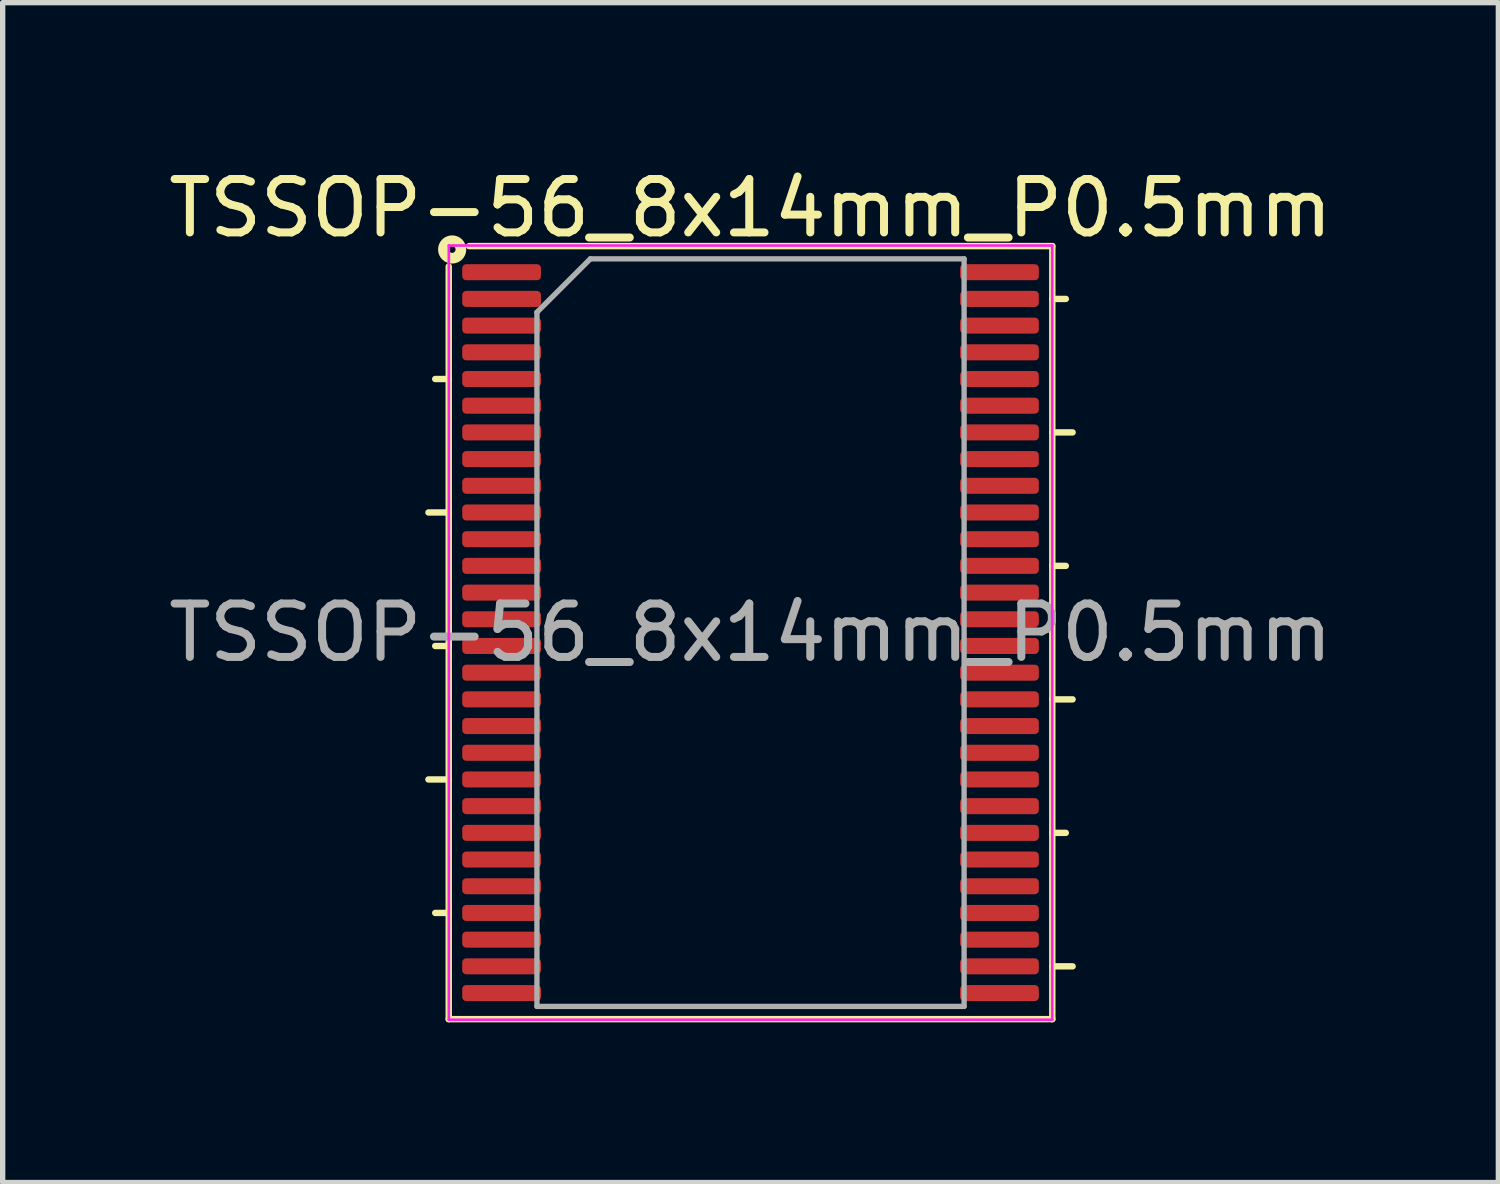
<source format=kicad_pcb>
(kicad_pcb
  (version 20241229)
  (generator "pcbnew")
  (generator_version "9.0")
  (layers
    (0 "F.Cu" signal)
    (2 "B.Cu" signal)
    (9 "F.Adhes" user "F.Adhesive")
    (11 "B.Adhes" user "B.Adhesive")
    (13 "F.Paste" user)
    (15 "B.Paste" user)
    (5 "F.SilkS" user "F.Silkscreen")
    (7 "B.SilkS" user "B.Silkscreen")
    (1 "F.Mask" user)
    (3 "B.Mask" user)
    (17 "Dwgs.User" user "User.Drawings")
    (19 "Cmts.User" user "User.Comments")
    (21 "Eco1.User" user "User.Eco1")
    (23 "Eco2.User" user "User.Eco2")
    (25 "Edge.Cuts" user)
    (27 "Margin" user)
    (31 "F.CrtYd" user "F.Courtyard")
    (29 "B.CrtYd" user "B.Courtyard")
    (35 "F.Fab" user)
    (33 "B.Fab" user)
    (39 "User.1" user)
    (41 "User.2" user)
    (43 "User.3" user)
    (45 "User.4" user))
  (footprint "TSSOP-56_8x14mm_P0.5mm"
    (layer "F.Cu")
    (at 11.006 8.798)
    (property "Reference" "TSSOP-56_8x14mm_P0.5mm" (at 0 -7.95 0) (layer "F.SilkS") (effects (font (size 1 1) (thickness 0.15))))
    (attr smd)
    (fp_line (start -6.032 -2.25) (end -5.652 -2.25) (stroke (width 0.12) (type solid)) (layer "F.SilkS"))
    (fp_line (start -6.032 2.75) (end -5.652 2.75) (stroke (width 0.12) (type solid)) (layer "F.SilkS"))
    (fp_line (start -5.905 -4.75) (end -5.652 -4.75) (stroke (width 0.12) (type solid)) (layer "F.SilkS"))
    (fp_line (start -5.905 0.25) (end -5.652 0.25) (stroke (width 0.12) (type solid)) (layer "F.SilkS"))
    (fp_line (start -5.905 5.25) (end -5.652 5.25) (stroke (width 0.12) (type solid)) (layer "F.SilkS"))
    (fp_line (start -5.652 -6.858) (end -5.652 7.239) (stroke (width 0.12) (type solid)) (layer "F.SilkS"))
    (fp_line (start -5.652 7.239) (end 5.652 7.239) (stroke (width 0.12) (type solid)) (layer "F.SilkS"))
    (fp_line (start 5.652 -7.239) (end -5.271 -7.239) (stroke (width 0.12) (type solid)) (layer "F.SilkS"))
    (fp_line (start 5.652 7.239) (end 5.652 -7.239) (stroke (width 0.12) (type solid)) (layer "F.SilkS"))
    (fp_line (start 5.905 -6.25) (end 5.652 -6.25) (stroke (width 0.12) (type solid)) (layer "F.SilkS"))
    (fp_line (start 5.905 -1.25) (end 5.652 -1.25) (stroke (width 0.12) (type solid)) (layer "F.SilkS"))
    (fp_line (start 5.905 3.75) (end 5.652 3.75) (stroke (width 0.12) (type solid)) (layer "F.SilkS"))
    (fp_line (start 6.032 -3.75) (end 5.652 -3.75) (stroke (width 0.12) (type solid)) (layer "F.SilkS"))
    (fp_line (start 6.032 1.25) (end 5.652 1.25) (stroke (width 0.12) (type solid)) (layer "F.SilkS"))
    (fp_line (start 6.032 6.25) (end 5.652 6.25) (stroke (width 0.12) (type solid)) (layer "F.SilkS"))
    (fp_circle (center -5.588 -7.176) (end -5.524 -7.176) (stroke (width 0.2) (type solid)) (fill no) (layer "F.SilkS"))
    (fp_line (start -5.65 -7.25) (end -5.65 7.25) (stroke (width 0.05) (type solid)) (layer "F.CrtYd"))
    (fp_line (start -5.65 7.25) (end 5.65 7.25) (stroke (width 0.05) (type solid)) (layer "F.CrtYd"))
    (fp_line (start 5.65 -7.25) (end -5.65 -7.25) (stroke (width 0.05) (type solid)) (layer "F.CrtYd"))
    (fp_line (start 5.65 7.25) (end 5.65 -7.25) (stroke (width 0.05) (type solid)) (layer "F.CrtYd"))
    (fp_line (start -4 -6) (end -3 -7) (stroke (width 0.1) (type solid)) (layer "F.Fab"))
    (fp_line (start -4 7) (end -4 -6) (stroke (width 0.1) (type solid)) (layer "F.Fab"))
    (fp_line (start -3 -7) (end 4 -7) (stroke (width 0.1) (type solid)) (layer "F.Fab"))
    (fp_line (start 4 -7) (end 4 7) (stroke (width 0.1) (type solid)) (layer "F.Fab"))
    (fp_line (start 4 7) (end -4 7) (stroke (width 0.1) (type solid)) (layer "F.Fab"))
    (fp_text user "${REFERENCE}" (at 0 0 0) (layer "F.Fab") (effects (font (size 1 1) (thickness 0.15))))
    (pad "1" smd roundrect (at -4.662 -6.75) (size 1.475 0.3) (layers "F.Cu" "F.Mask" "F.Paste") (roundrect_rratio 0.25))
    (pad "2" smd roundrect (at -4.662 -6.25) (size 1.475 0.3) (layers "F.Cu" "F.Mask" "F.Paste") (roundrect_rratio 0.25))
    (pad "3" smd roundrect (at -4.662 -5.75) (size 1.475 0.3) (layers "F.Cu" "F.Mask" "F.Paste") (roundrect_rratio 0.25))
    (pad "4" smd roundrect (at -4.662 -5.25) (size 1.475 0.3) (layers "F.Cu" "F.Mask" "F.Paste") (roundrect_rratio 0.25))
    (pad "5" smd roundrect (at -4.662 -4.75) (size 1.475 0.3) (layers "F.Cu" "F.Mask" "F.Paste") (roundrect_rratio 0.25))
    (pad "6" smd roundrect (at -4.662 -4.25) (size 1.475 0.3) (layers "F.Cu" "F.Mask" "F.Paste") (roundrect_rratio 0.25))
    (pad "7" smd roundrect (at -4.662 -3.75) (size 1.475 0.3) (layers "F.Cu" "F.Mask" "F.Paste") (roundrect_rratio 0.25))
    (pad "8" smd roundrect (at -4.662 -3.25) (size 1.475 0.3) (layers "F.Cu" "F.Mask" "F.Paste") (roundrect_rratio 0.25))
    (pad "9" smd roundrect (at -4.662 -2.75) (size 1.475 0.3) (layers "F.Cu" "F.Mask" "F.Paste") (roundrect_rratio 0.25))
    (pad "10" smd roundrect (at -4.662 -2.25) (size 1.475 0.3) (layers "F.Cu" "F.Mask" "F.Paste") (roundrect_rratio 0.25))
    (pad "11" smd roundrect (at -4.662 -1.75) (size 1.475 0.3) (layers "F.Cu" "F.Mask" "F.Paste") (roundrect_rratio 0.25))
    (pad "12" smd roundrect (at -4.662 -1.25) (size 1.475 0.3) (layers "F.Cu" "F.Mask" "F.Paste") (roundrect_rratio 0.25))
    (pad "13" smd roundrect (at -4.662 -0.75) (size 1.475 0.3) (layers "F.Cu" "F.Mask" "F.Paste") (roundrect_rratio 0.25))
    (pad "14" smd roundrect (at -4.662 -0.25) (size 1.475 0.3) (layers "F.Cu" "F.Mask" "F.Paste") (roundrect_rratio 0.25))
    (pad "15" smd roundrect (at -4.662 0.25) (size 1.475 0.3) (layers "F.Cu" "F.Mask" "F.Paste") (roundrect_rratio 0.25))
    (pad "16" smd roundrect (at -4.662 0.75) (size 1.475 0.3) (layers "F.Cu" "F.Mask" "F.Paste") (roundrect_rratio 0.25))
    (pad "17" smd roundrect (at -4.662 1.25) (size 1.475 0.3) (layers "F.Cu" "F.Mask" "F.Paste") (roundrect_rratio 0.25))
    (pad "18" smd roundrect (at -4.662 1.75) (size 1.475 0.3) (layers "F.Cu" "F.Mask" "F.Paste") (roundrect_rratio 0.25))
    (pad "19" smd roundrect (at -4.662 2.25) (size 1.475 0.3) (layers "F.Cu" "F.Mask" "F.Paste") (roundrect_rratio 0.25))
    (pad "20" smd roundrect (at -4.662 2.75) (size 1.475 0.3) (layers "F.Cu" "F.Mask" "F.Paste") (roundrect_rratio 0.25))
    (pad "21" smd roundrect (at -4.662 3.25) (size 1.475 0.3) (layers "F.Cu" "F.Mask" "F.Paste") (roundrect_rratio 0.25))
    (pad "22" smd roundrect (at -4.662 3.75) (size 1.475 0.3) (layers "F.Cu" "F.Mask" "F.Paste") (roundrect_rratio 0.25))
    (pad "23" smd roundrect (at -4.662 4.25) (size 1.475 0.3) (layers "F.Cu" "F.Mask" "F.Paste") (roundrect_rratio 0.25))
    (pad "24" smd roundrect (at -4.662 4.75) (size 1.475 0.3) (layers "F.Cu" "F.Mask" "F.Paste") (roundrect_rratio 0.25))
    (pad "25" smd roundrect (at -4.662 5.25) (size 1.475 0.3) (layers "F.Cu" "F.Mask" "F.Paste") (roundrect_rratio 0.25))
    (pad "26" smd roundrect (at -4.662 5.75) (size 1.475 0.3) (layers "F.Cu" "F.Mask" "F.Paste") (roundrect_rratio 0.25))
    (pad "27" smd roundrect (at -4.662 6.25) (size 1.475 0.3) (layers "F.Cu" "F.Mask" "F.Paste") (roundrect_rratio 0.25))
    (pad "28" smd roundrect (at -4.662 6.75) (size 1.475 0.3) (layers "F.Cu" "F.Mask" "F.Paste") (roundrect_rratio 0.25))
    (pad "29" smd roundrect (at 4.662 6.75) (size 1.475 0.3) (layers "F.Cu" "F.Mask" "F.Paste") (roundrect_rratio 0.25))
    (pad "30" smd roundrect (at 4.662 6.25) (size 1.475 0.3) (layers "F.Cu" "F.Mask" "F.Paste") (roundrect_rratio 0.25))
    (pad "31" smd roundrect (at 4.662 5.75) (size 1.475 0.3) (layers "F.Cu" "F.Mask" "F.Paste") (roundrect_rratio 0.25))
    (pad "32" smd roundrect (at 4.662 5.25) (size 1.475 0.3) (layers "F.Cu" "F.Mask" "F.Paste") (roundrect_rratio 0.25))
    (pad "33" smd roundrect (at 4.662 4.75) (size 1.475 0.3) (layers "F.Cu" "F.Mask" "F.Paste") (roundrect_rratio 0.25))
    (pad "34" smd roundrect (at 4.662 4.25) (size 1.475 0.3) (layers "F.Cu" "F.Mask" "F.Paste") (roundrect_rratio 0.25))
    (pad "35" smd roundrect (at 4.662 3.75) (size 1.475 0.3) (layers "F.Cu" "F.Mask" "F.Paste") (roundrect_rratio 0.25))
    (pad "36" smd roundrect (at 4.662 3.25) (size 1.475 0.3) (layers "F.Cu" "F.Mask" "F.Paste") (roundrect_rratio 0.25))
    (pad "37" smd roundrect (at 4.662 2.75) (size 1.475 0.3) (layers "F.Cu" "F.Mask" "F.Paste") (roundrect_rratio 0.25))
    (pad "38" smd roundrect (at 4.662 2.25) (size 1.475 0.3) (layers "F.Cu" "F.Mask" "F.Paste") (roundrect_rratio 0.25))
    (pad "39" smd roundrect (at 4.662 1.75) (size 1.475 0.3) (layers "F.Cu" "F.Mask" "F.Paste") (roundrect_rratio 0.25))
    (pad "40" smd roundrect (at 4.662 1.25) (size 1.475 0.3) (layers "F.Cu" "F.Mask" "F.Paste") (roundrect_rratio 0.25))
    (pad "41" smd roundrect (at 4.662 0.75) (size 1.475 0.3) (layers "F.Cu" "F.Mask" "F.Paste") (roundrect_rratio 0.25))
    (pad "42" smd roundrect (at 4.662 0.25) (size 1.475 0.3) (layers "F.Cu" "F.Mask" "F.Paste") (roundrect_rratio 0.25))
    (pad "43" smd roundrect (at 4.662 -0.25) (size 1.475 0.3) (layers "F.Cu" "F.Mask" "F.Paste") (roundrect_rratio 0.25))
    (pad "44" smd roundrect (at 4.662 -0.75) (size 1.475 0.3) (layers "F.Cu" "F.Mask" "F.Paste") (roundrect_rratio 0.25))
    (pad "45" smd roundrect (at 4.662 -1.25) (size 1.475 0.3) (layers "F.Cu" "F.Mask" "F.Paste") (roundrect_rratio 0.25))
    (pad "46" smd roundrect (at 4.662 -1.75) (size 1.475 0.3) (layers "F.Cu" "F.Mask" "F.Paste") (roundrect_rratio 0.25))
    (pad "47" smd roundrect (at 4.662 -2.25) (size 1.475 0.3) (layers "F.Cu" "F.Mask" "F.Paste") (roundrect_rratio 0.25))
    (pad "48" smd roundrect (at 4.662 -2.75) (size 1.475 0.3) (layers "F.Cu" "F.Mask" "F.Paste") (roundrect_rratio 0.25))
    (pad "49" smd roundrect (at 4.662 -3.25) (size 1.475 0.3) (layers "F.Cu" "F.Mask" "F.Paste") (roundrect_rratio 0.25))
    (pad "50" smd roundrect (at 4.662 -3.75) (size 1.475 0.3) (layers "F.Cu" "F.Mask" "F.Paste") (roundrect_rratio 0.25))
    (pad "51" smd roundrect (at 4.662 -4.25) (size 1.475 0.3) (layers "F.Cu" "F.Mask" "F.Paste") (roundrect_rratio 0.25))
    (pad "52" smd roundrect (at 4.662 -4.75) (size 1.475 0.3) (layers "F.Cu" "F.Mask" "F.Paste") (roundrect_rratio 0.25))
    (pad "53" smd roundrect (at 4.662 -5.25) (size 1.475 0.3) (layers "F.Cu" "F.Mask" "F.Paste") (roundrect_rratio 0.25))
    (pad "54" smd roundrect (at 4.662 -5.75) (size 1.475 0.3) (layers "F.Cu" "F.Mask" "F.Paste") (roundrect_rratio 0.25))
    (pad "55" smd roundrect (at 4.662 -6.25) (size 1.475 0.3) (layers "F.Cu" "F.Mask" "F.Paste") (roundrect_rratio 0.25))
    (pad "56" smd roundrect (at 4.662 -6.75) (size 1.475 0.3) (layers "F.Cu" "F.Mask" "F.Paste") (roundrect_rratio 0.25)))
  (gr_rect
    (start -3 -3)
    (end 25.012 19.097)
    (stroke (width 0.1) (type default))
    (fill no)
    (layer "Edge.Cuts")))
</source>
